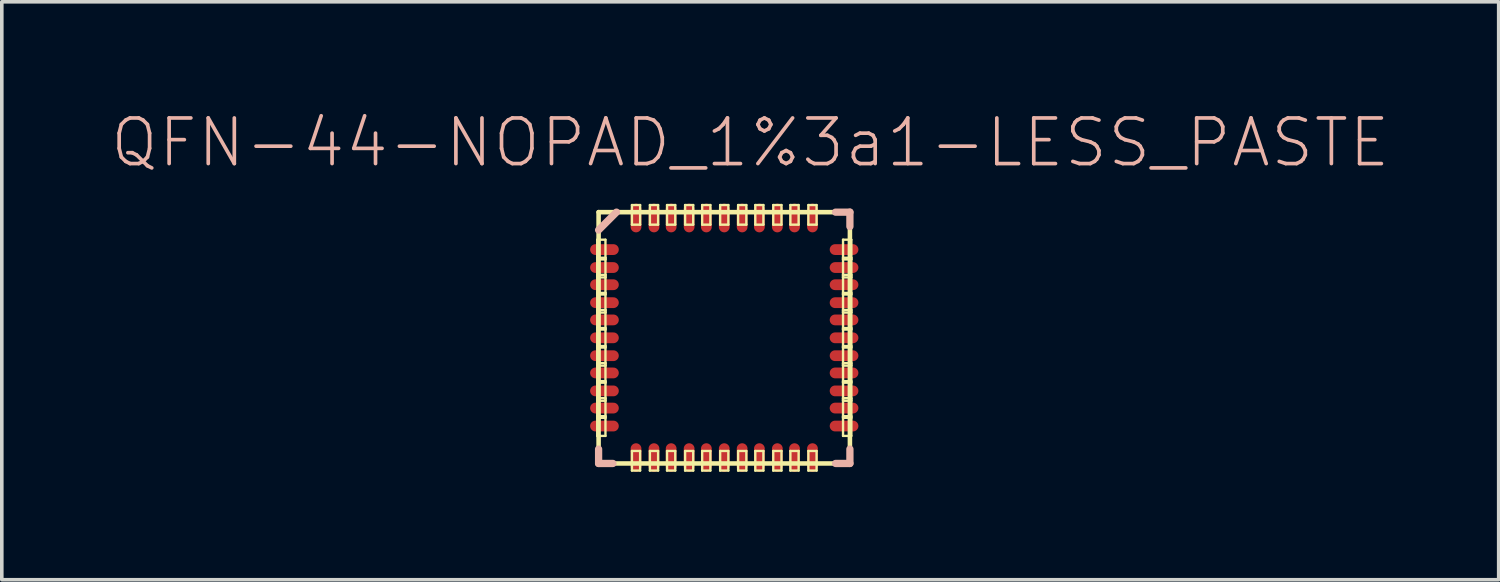
<source format=kicad_pcb>
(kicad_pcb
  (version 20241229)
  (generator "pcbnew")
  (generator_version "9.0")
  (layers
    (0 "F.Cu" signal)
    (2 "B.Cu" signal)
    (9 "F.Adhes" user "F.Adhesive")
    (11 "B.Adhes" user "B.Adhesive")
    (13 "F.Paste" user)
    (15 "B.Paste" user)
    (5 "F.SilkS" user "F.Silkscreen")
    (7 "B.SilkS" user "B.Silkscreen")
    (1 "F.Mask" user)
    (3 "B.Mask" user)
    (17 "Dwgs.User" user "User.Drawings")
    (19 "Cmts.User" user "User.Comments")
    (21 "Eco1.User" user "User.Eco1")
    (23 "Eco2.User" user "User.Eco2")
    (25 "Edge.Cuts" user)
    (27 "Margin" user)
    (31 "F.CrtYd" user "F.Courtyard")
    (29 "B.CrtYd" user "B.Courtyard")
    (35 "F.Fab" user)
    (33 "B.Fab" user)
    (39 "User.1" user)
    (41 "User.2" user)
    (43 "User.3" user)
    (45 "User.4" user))
  (footprint "QFN-44-NOPAD_1%3a1-LESS_PASTE"
    (layer "F.Cu")
    (at 17.112 6.354)
    (property "Reference" "QFN-44-NOPAD_1%3a1-LESS_PASTE" (at 0.724 -5.433 0) (layer "B.SilkS") (effects (font (size 1.27 1.27) (thickness 0.102))))
    (attr smd)
    (fp_line (start -3.536 -2.731) (end -3.307 -2.731) (stroke (width 0.066) (type solid)) (layer "F.SilkS"))
    (fp_line (start -3.536 -2.228) (end -3.307 -2.228) (stroke (width 0.066) (type solid)) (layer "F.SilkS"))
    (fp_line (start -3.536 -2.182) (end -3.536 -2.731) (stroke (width 0.066) (type solid)) (layer "F.SilkS"))
    (fp_line (start -3.536 -2.182) (end -3.307 -2.182) (stroke (width 0.066) (type solid)) (layer "F.SilkS"))
    (fp_line (start -3.536 -1.753) (end -3.307 -1.753) (stroke (width 0.066) (type solid)) (layer "F.SilkS"))
    (fp_line (start -3.536 -1.681) (end -3.536 -2.228) (stroke (width 0.066) (type solid)) (layer "F.SilkS"))
    (fp_line (start -3.536 -1.681) (end -3.307 -1.681) (stroke (width 0.066) (type solid)) (layer "F.SilkS"))
    (fp_line (start -3.536 -1.25) (end -3.307 -1.25) (stroke (width 0.066) (type solid)) (layer "F.SilkS"))
    (fp_line (start -3.536 -1.206) (end -3.536 -1.753) (stroke (width 0.066) (type solid)) (layer "F.SilkS"))
    (fp_line (start -3.536 -1.206) (end -3.307 -1.206) (stroke (width 0.066) (type solid)) (layer "F.SilkS"))
    (fp_line (start -3.536 -0.775) (end -3.307 -0.775) (stroke (width 0.066) (type solid)) (layer "F.SilkS"))
    (fp_line (start -3.536 -0.704) (end -3.536 -1.25) (stroke (width 0.066) (type solid)) (layer "F.SilkS"))
    (fp_line (start -3.536 -0.704) (end -3.307 -0.704) (stroke (width 0.066) (type solid)) (layer "F.SilkS"))
    (fp_line (start -3.536 -0.272) (end -3.307 -0.272) (stroke (width 0.066) (type solid)) (layer "F.SilkS"))
    (fp_line (start -3.536 -0.229) (end -3.536 -0.775) (stroke (width 0.066) (type solid)) (layer "F.SilkS"))
    (fp_line (start -3.536 -0.229) (end -3.307 -0.229) (stroke (width 0.066) (type solid)) (layer "F.SilkS"))
    (fp_line (start -3.536 0.229) (end -3.307 0.229) (stroke (width 0.066) (type solid)) (layer "F.SilkS"))
    (fp_line (start -3.536 0.272) (end -3.536 -0.272) (stroke (width 0.066) (type solid)) (layer "F.SilkS"))
    (fp_line (start -3.536 0.272) (end -3.307 0.272) (stroke (width 0.066) (type solid)) (layer "F.SilkS"))
    (fp_line (start -3.536 0.704) (end -3.307 0.704) (stroke (width 0.066) (type solid)) (layer "F.SilkS"))
    (fp_line (start -3.536 0.775) (end -3.536 0.229) (stroke (width 0.066) (type solid)) (layer "F.SilkS"))
    (fp_line (start -3.536 0.775) (end -3.307 0.775) (stroke (width 0.066) (type solid)) (layer "F.SilkS"))
    (fp_line (start -3.536 1.206) (end -3.307 1.206) (stroke (width 0.066) (type solid)) (layer "F.SilkS"))
    (fp_line (start -3.536 1.25) (end -3.536 0.704) (stroke (width 0.066) (type solid)) (layer "F.SilkS"))
    (fp_line (start -3.536 1.25) (end -3.307 1.25) (stroke (width 0.066) (type solid)) (layer "F.SilkS"))
    (fp_line (start -3.536 1.681) (end -3.307 1.681) (stroke (width 0.066) (type solid)) (layer "F.SilkS"))
    (fp_line (start -3.536 1.753) (end -3.536 1.206) (stroke (width 0.066) (type solid)) (layer "F.SilkS"))
    (fp_line (start -3.536 1.753) (end -3.307 1.753) (stroke (width 0.066) (type solid)) (layer "F.SilkS"))
    (fp_line (start -3.536 2.182) (end -3.307 2.182) (stroke (width 0.066) (type solid)) (layer "F.SilkS"))
    (fp_line (start -3.536 2.228) (end -3.536 1.681) (stroke (width 0.066) (type solid)) (layer "F.SilkS"))
    (fp_line (start -3.536 2.228) (end -3.307 2.228) (stroke (width 0.066) (type solid)) (layer "F.SilkS"))
    (fp_line (start -3.536 2.731) (end -3.536 2.182) (stroke (width 0.066) (type solid)) (layer "F.SilkS"))
    (fp_line (start -3.536 2.731) (end -3.307 2.731) (stroke (width 0.066) (type solid)) (layer "F.SilkS"))
    (fp_line (start -3.498 -3.498) (end -3.498 3.498) (stroke (width 0.127) (type solid)) (layer "F.SilkS"))
    (fp_line (start -3.399 3.498) (end 3.498 3.498) (stroke (width 0.127) (type solid)) (layer "F.SilkS"))
    (fp_line (start -3.307 -2.182) (end -3.307 -2.731) (stroke (width 0.066) (type solid)) (layer "F.SilkS"))
    (fp_line (start -3.307 -1.681) (end -3.307 -2.228) (stroke (width 0.066) (type solid)) (layer "F.SilkS"))
    (fp_line (start -3.307 -1.206) (end -3.307 -1.753) (stroke (width 0.066) (type solid)) (layer "F.SilkS"))
    (fp_line (start -3.307 -0.704) (end -3.307 -1.25) (stroke (width 0.066) (type solid)) (layer "F.SilkS"))
    (fp_line (start -3.307 -0.229) (end -3.307 -0.775) (stroke (width 0.066) (type solid)) (layer "F.SilkS"))
    (fp_line (start -3.307 0.272) (end -3.307 -0.272) (stroke (width 0.066) (type solid)) (layer "F.SilkS"))
    (fp_line (start -3.307 0.775) (end -3.307 0.229) (stroke (width 0.066) (type solid)) (layer "F.SilkS"))
    (fp_line (start -3.307 1.25) (end -3.307 0.704) (stroke (width 0.066) (type solid)) (layer "F.SilkS"))
    (fp_line (start -3.307 1.753) (end -3.307 1.206) (stroke (width 0.066) (type solid)) (layer "F.SilkS"))
    (fp_line (start -3.307 2.228) (end -3.307 1.681) (stroke (width 0.066) (type solid)) (layer "F.SilkS"))
    (fp_line (start -3.307 2.731) (end -3.307 2.182) (stroke (width 0.066) (type solid)) (layer "F.SilkS"))
    (fp_line (start -2.57 -3.696) (end -2.342 -3.696) (stroke (width 0.066) (type solid)) (layer "F.SilkS"))
    (fp_line (start -2.57 -3.15) (end -2.57 -3.696) (stroke (width 0.066) (type solid)) (layer "F.SilkS"))
    (fp_line (start -2.57 -3.15) (end -2.342 -3.15) (stroke (width 0.066) (type solid)) (layer "F.SilkS"))
    (fp_line (start -2.57 3.15) (end -2.342 3.15) (stroke (width 0.066) (type solid)) (layer "F.SilkS"))
    (fp_line (start -2.57 3.696) (end -2.57 3.15) (stroke (width 0.066) (type solid)) (layer "F.SilkS"))
    (fp_line (start -2.57 3.696) (end -2.342 3.696) (stroke (width 0.066) (type solid)) (layer "F.SilkS"))
    (fp_line (start -2.342 -3.15) (end -2.342 -3.696) (stroke (width 0.066) (type solid)) (layer "F.SilkS"))
    (fp_line (start -2.342 3.696) (end -2.342 3.15) (stroke (width 0.066) (type solid)) (layer "F.SilkS"))
    (fp_line (start -2.07 -3.696) (end -1.841 -3.696) (stroke (width 0.066) (type solid)) (layer "F.SilkS"))
    (fp_line (start -2.07 -3.15) (end -2.07 -3.696) (stroke (width 0.066) (type solid)) (layer "F.SilkS"))
    (fp_line (start -2.07 -3.15) (end -1.841 -3.15) (stroke (width 0.066) (type solid)) (layer "F.SilkS"))
    (fp_line (start -2.07 3.15) (end -1.841 3.15) (stroke (width 0.066) (type solid)) (layer "F.SilkS"))
    (fp_line (start -2.07 3.696) (end -2.07 3.15) (stroke (width 0.066) (type solid)) (layer "F.SilkS"))
    (fp_line (start -2.07 3.696) (end -1.841 3.696) (stroke (width 0.066) (type solid)) (layer "F.SilkS"))
    (fp_line (start -1.841 -3.15) (end -1.841 -3.696) (stroke (width 0.066) (type solid)) (layer "F.SilkS"))
    (fp_line (start -1.841 3.696) (end -1.841 3.15) (stroke (width 0.066) (type solid)) (layer "F.SilkS"))
    (fp_line (start -1.593 -3.696) (end -1.364 -3.696) (stroke (width 0.066) (type solid)) (layer "F.SilkS"))
    (fp_line (start -1.593 -3.15) (end -1.593 -3.696) (stroke (width 0.066) (type solid)) (layer "F.SilkS"))
    (fp_line (start -1.593 -3.15) (end -1.364 -3.15) (stroke (width 0.066) (type solid)) (layer "F.SilkS"))
    (fp_line (start -1.593 3.15) (end -1.364 3.15) (stroke (width 0.066) (type solid)) (layer "F.SilkS"))
    (fp_line (start -1.593 3.696) (end -1.593 3.15) (stroke (width 0.066) (type solid)) (layer "F.SilkS"))
    (fp_line (start -1.593 3.696) (end -1.364 3.696) (stroke (width 0.066) (type solid)) (layer "F.SilkS"))
    (fp_line (start -1.364 -3.15) (end -1.364 -3.696) (stroke (width 0.066) (type solid)) (layer "F.SilkS"))
    (fp_line (start -1.364 3.696) (end -1.364 3.15) (stroke (width 0.066) (type solid)) (layer "F.SilkS"))
    (fp_line (start -1.09 -3.696) (end -0.864 -3.696) (stroke (width 0.066) (type solid)) (layer "F.SilkS"))
    (fp_line (start -1.09 -3.15) (end -1.09 -3.696) (stroke (width 0.066) (type solid)) (layer "F.SilkS"))
    (fp_line (start -1.09 -3.15) (end -0.864 -3.15) (stroke (width 0.066) (type solid)) (layer "F.SilkS"))
    (fp_line (start -1.09 3.15) (end -0.864 3.15) (stroke (width 0.066) (type solid)) (layer "F.SilkS"))
    (fp_line (start -1.09 3.696) (end -1.09 3.15) (stroke (width 0.066) (type solid)) (layer "F.SilkS"))
    (fp_line (start -1.09 3.696) (end -0.864 3.696) (stroke (width 0.066) (type solid)) (layer "F.SilkS"))
    (fp_line (start -0.864 -3.15) (end -0.864 -3.696) (stroke (width 0.066) (type solid)) (layer "F.SilkS"))
    (fp_line (start -0.864 3.696) (end -0.864 3.15) (stroke (width 0.066) (type solid)) (layer "F.SilkS"))
    (fp_line (start -0.615 -3.696) (end -0.386 -3.696) (stroke (width 0.066) (type solid)) (layer "F.SilkS"))
    (fp_line (start -0.615 -3.15) (end -0.615 -3.696) (stroke (width 0.066) (type solid)) (layer "F.SilkS"))
    (fp_line (start -0.615 -3.15) (end -0.386 -3.15) (stroke (width 0.066) (type solid)) (layer "F.SilkS"))
    (fp_line (start -0.615 3.15) (end -0.386 3.15) (stroke (width 0.066) (type solid)) (layer "F.SilkS"))
    (fp_line (start -0.615 3.696) (end -0.615 3.15) (stroke (width 0.066) (type solid)) (layer "F.SilkS"))
    (fp_line (start -0.615 3.696) (end -0.386 3.696) (stroke (width 0.066) (type solid)) (layer "F.SilkS"))
    (fp_line (start -0.386 -3.15) (end -0.386 -3.696) (stroke (width 0.066) (type solid)) (layer "F.SilkS"))
    (fp_line (start -0.386 3.696) (end -0.386 3.15) (stroke (width 0.066) (type solid)) (layer "F.SilkS"))
    (fp_line (start -0.114 -3.696) (end 0.114 -3.696) (stroke (width 0.066) (type solid)) (layer "F.SilkS"))
    (fp_line (start -0.114 -3.15) (end -0.114 -3.696) (stroke (width 0.066) (type solid)) (layer "F.SilkS"))
    (fp_line (start -0.114 -3.15) (end 0.114 -3.15) (stroke (width 0.066) (type solid)) (layer "F.SilkS"))
    (fp_line (start -0.114 3.15) (end 0.114 3.15) (stroke (width 0.066) (type solid)) (layer "F.SilkS"))
    (fp_line (start -0.114 3.696) (end -0.114 3.15) (stroke (width 0.066) (type solid)) (layer "F.SilkS"))
    (fp_line (start -0.114 3.696) (end 0.114 3.696) (stroke (width 0.066) (type solid)) (layer "F.SilkS"))
    (fp_line (start 0.114 -3.15) (end 0.114 -3.696) (stroke (width 0.066) (type solid)) (layer "F.SilkS"))
    (fp_line (start 0.114 3.696) (end 0.114 3.15) (stroke (width 0.066) (type solid)) (layer "F.SilkS"))
    (fp_line (start 0.386 -3.696) (end 0.615 -3.696) (stroke (width 0.066) (type solid)) (layer "F.SilkS"))
    (fp_line (start 0.386 -3.15) (end 0.386 -3.696) (stroke (width 0.066) (type solid)) (layer "F.SilkS"))
    (fp_line (start 0.386 -3.15) (end 0.615 -3.15) (stroke (width 0.066) (type solid)) (layer "F.SilkS"))
    (fp_line (start 0.386 3.15) (end 0.615 3.15) (stroke (width 0.066) (type solid)) (layer "F.SilkS"))
    (fp_line (start 0.386 3.696) (end 0.386 3.15) (stroke (width 0.066) (type solid)) (layer "F.SilkS"))
    (fp_line (start 0.386 3.696) (end 0.615 3.696) (stroke (width 0.066) (type solid)) (layer "F.SilkS"))
    (fp_line (start 0.615 -3.15) (end 0.615 -3.696) (stroke (width 0.066) (type solid)) (layer "F.SilkS"))
    (fp_line (start 0.615 3.696) (end 0.615 3.15) (stroke (width 0.066) (type solid)) (layer "F.SilkS"))
    (fp_line (start 0.864 -3.696) (end 1.09 -3.696) (stroke (width 0.066) (type solid)) (layer "F.SilkS"))
    (fp_line (start 0.864 -3.15) (end 0.864 -3.696) (stroke (width 0.066) (type solid)) (layer "F.SilkS"))
    (fp_line (start 0.864 -3.15) (end 1.09 -3.15) (stroke (width 0.066) (type solid)) (layer "F.SilkS"))
    (fp_line (start 0.864 3.15) (end 1.09 3.15) (stroke (width 0.066) (type solid)) (layer "F.SilkS"))
    (fp_line (start 0.864 3.696) (end 0.864 3.15) (stroke (width 0.066) (type solid)) (layer "F.SilkS"))
    (fp_line (start 0.864 3.696) (end 1.09 3.696) (stroke (width 0.066) (type solid)) (layer "F.SilkS"))
    (fp_line (start 1.09 -3.15) (end 1.09 -3.696) (stroke (width 0.066) (type solid)) (layer "F.SilkS"))
    (fp_line (start 1.09 3.696) (end 1.09 3.15) (stroke (width 0.066) (type solid)) (layer "F.SilkS"))
    (fp_line (start 1.364 -3.696) (end 1.593 -3.696) (stroke (width 0.066) (type solid)) (layer "F.SilkS"))
    (fp_line (start 1.364 -3.15) (end 1.364 -3.696) (stroke (width 0.066) (type solid)) (layer "F.SilkS"))
    (fp_line (start 1.364 -3.15) (end 1.593 -3.15) (stroke (width 0.066) (type solid)) (layer "F.SilkS"))
    (fp_line (start 1.364 3.15) (end 1.593 3.15) (stroke (width 0.066) (type solid)) (layer "F.SilkS"))
    (fp_line (start 1.364 3.696) (end 1.364 3.15) (stroke (width 0.066) (type solid)) (layer "F.SilkS"))
    (fp_line (start 1.364 3.696) (end 1.593 3.696) (stroke (width 0.066) (type solid)) (layer "F.SilkS"))
    (fp_line (start 1.593 -3.15) (end 1.593 -3.696) (stroke (width 0.066) (type solid)) (layer "F.SilkS"))
    (fp_line (start 1.593 3.696) (end 1.593 3.15) (stroke (width 0.066) (type solid)) (layer "F.SilkS"))
    (fp_line (start 1.841 -3.696) (end 2.07 -3.696) (stroke (width 0.066) (type solid)) (layer "F.SilkS"))
    (fp_line (start 1.841 -3.15) (end 1.841 -3.696) (stroke (width 0.066) (type solid)) (layer "F.SilkS"))
    (fp_line (start 1.841 -3.15) (end 2.07 -3.15) (stroke (width 0.066) (type solid)) (layer "F.SilkS"))
    (fp_line (start 1.841 3.15) (end 2.07 3.15) (stroke (width 0.066) (type solid)) (layer "F.SilkS"))
    (fp_line (start 1.841 3.696) (end 1.841 3.15) (stroke (width 0.066) (type solid)) (layer "F.SilkS"))
    (fp_line (start 1.841 3.696) (end 2.07 3.696) (stroke (width 0.066) (type solid)) (layer "F.SilkS"))
    (fp_line (start 2.07 -3.15) (end 2.07 -3.696) (stroke (width 0.066) (type solid)) (layer "F.SilkS"))
    (fp_line (start 2.07 3.696) (end 2.07 3.15) (stroke (width 0.066) (type solid)) (layer "F.SilkS"))
    (fp_line (start 2.342 -3.696) (end 2.57 -3.696) (stroke (width 0.066) (type solid)) (layer "F.SilkS"))
    (fp_line (start 2.342 -3.15) (end 2.342 -3.696) (stroke (width 0.066) (type solid)) (layer "F.SilkS"))
    (fp_line (start 2.342 -3.15) (end 2.57 -3.15) (stroke (width 0.066) (type solid)) (layer "F.SilkS"))
    (fp_line (start 2.342 3.15) (end 2.57 3.15) (stroke (width 0.066) (type solid)) (layer "F.SilkS"))
    (fp_line (start 2.342 3.696) (end 2.342 3.15) (stroke (width 0.066) (type solid)) (layer "F.SilkS"))
    (fp_line (start 2.342 3.696) (end 2.57 3.696) (stroke (width 0.066) (type solid)) (layer "F.SilkS"))
    (fp_line (start 2.57 -3.15) (end 2.57 -3.696) (stroke (width 0.066) (type solid)) (layer "F.SilkS"))
    (fp_line (start 2.57 3.696) (end 2.57 3.15) (stroke (width 0.066) (type solid)) (layer "F.SilkS"))
    (fp_line (start 3.307 -2.731) (end 3.536 -2.731) (stroke (width 0.066) (type solid)) (layer "F.SilkS"))
    (fp_line (start 3.307 -2.228) (end 3.536 -2.228) (stroke (width 0.066) (type solid)) (layer "F.SilkS"))
    (fp_line (start 3.307 -2.182) (end 3.307 -2.731) (stroke (width 0.066) (type solid)) (layer "F.SilkS"))
    (fp_line (start 3.307 -2.182) (end 3.536 -2.182) (stroke (width 0.066) (type solid)) (layer "F.SilkS"))
    (fp_line (start 3.307 -1.753) (end 3.536 -1.753) (stroke (width 0.066) (type solid)) (layer "F.SilkS"))
    (fp_line (start 3.307 -1.681) (end 3.307 -2.228) (stroke (width 0.066) (type solid)) (layer "F.SilkS"))
    (fp_line (start 3.307 -1.681) (end 3.536 -1.681) (stroke (width 0.066) (type solid)) (layer "F.SilkS"))
    (fp_line (start 3.307 -1.25) (end 3.536 -1.25) (stroke (width 0.066) (type solid)) (layer "F.SilkS"))
    (fp_line (start 3.307 -1.206) (end 3.307 -1.753) (stroke (width 0.066) (type solid)) (layer "F.SilkS"))
    (fp_line (start 3.307 -1.206) (end 3.536 -1.206) (stroke (width 0.066) (type solid)) (layer "F.SilkS"))
    (fp_line (start 3.307 -0.775) (end 3.536 -0.775) (stroke (width 0.066) (type solid)) (layer "F.SilkS"))
    (fp_line (start 3.307 -0.704) (end 3.307 -1.25) (stroke (width 0.066) (type solid)) (layer "F.SilkS"))
    (fp_line (start 3.307 -0.704) (end 3.536 -0.704) (stroke (width 0.066) (type solid)) (layer "F.SilkS"))
    (fp_line (start 3.307 -0.272) (end 3.536 -0.272) (stroke (width 0.066) (type solid)) (layer "F.SilkS"))
    (fp_line (start 3.307 -0.229) (end 3.307 -0.775) (stroke (width 0.066) (type solid)) (layer "F.SilkS"))
    (fp_line (start 3.307 -0.229) (end 3.536 -0.229) (stroke (width 0.066) (type solid)) (layer "F.SilkS"))
    (fp_line (start 3.307 0.229) (end 3.536 0.229) (stroke (width 0.066) (type solid)) (layer "F.SilkS"))
    (fp_line (start 3.307 0.272) (end 3.307 -0.272) (stroke (width 0.066) (type solid)) (layer "F.SilkS"))
    (fp_line (start 3.307 0.272) (end 3.536 0.272) (stroke (width 0.066) (type solid)) (layer "F.SilkS"))
    (fp_line (start 3.307 0.704) (end 3.536 0.704) (stroke (width 0.066) (type solid)) (layer "F.SilkS"))
    (fp_line (start 3.307 0.775) (end 3.307 0.229) (stroke (width 0.066) (type solid)) (layer "F.SilkS"))
    (fp_line (start 3.307 0.775) (end 3.536 0.775) (stroke (width 0.066) (type solid)) (layer "F.SilkS"))
    (fp_line (start 3.307 1.206) (end 3.536 1.206) (stroke (width 0.066) (type solid)) (layer "F.SilkS"))
    (fp_line (start 3.307 1.25) (end 3.307 0.704) (stroke (width 0.066) (type solid)) (layer "F.SilkS"))
    (fp_line (start 3.307 1.25) (end 3.536 1.25) (stroke (width 0.066) (type solid)) (layer "F.SilkS"))
    (fp_line (start 3.307 1.681) (end 3.536 1.681) (stroke (width 0.066) (type solid)) (layer "F.SilkS"))
    (fp_line (start 3.307 1.753) (end 3.307 1.206) (stroke (width 0.066) (type solid)) (layer "F.SilkS"))
    (fp_line (start 3.307 1.753) (end 3.536 1.753) (stroke (width 0.066) (type solid)) (layer "F.SilkS"))
    (fp_line (start 3.307 2.182) (end 3.536 2.182) (stroke (width 0.066) (type solid)) (layer "F.SilkS"))
    (fp_line (start 3.307 2.228) (end 3.307 1.681) (stroke (width 0.066) (type solid)) (layer "F.SilkS"))
    (fp_line (start 3.307 2.228) (end 3.536 2.228) (stroke (width 0.066) (type solid)) (layer "F.SilkS"))
    (fp_line (start 3.307 2.731) (end 3.307 2.182) (stroke (width 0.066) (type solid)) (layer "F.SilkS"))
    (fp_line (start 3.307 2.731) (end 3.536 2.731) (stroke (width 0.066) (type solid)) (layer "F.SilkS"))
    (fp_line (start 3.498 -3.498) (end -3.498 -3.498) (stroke (width 0.127) (type solid)) (layer "F.SilkS"))
    (fp_line (start 3.498 3.498) (end 3.498 -3.498) (stroke (width 0.127) (type solid)) (layer "F.SilkS"))
    (fp_line (start 3.536 -2.182) (end 3.536 -2.731) (stroke (width 0.066) (type solid)) (layer "F.SilkS"))
    (fp_line (start 3.536 -1.681) (end 3.536 -2.228) (stroke (width 0.066) (type solid)) (layer "F.SilkS"))
    (fp_line (start 3.536 -1.206) (end 3.536 -1.753) (stroke (width 0.066) (type solid)) (layer "F.SilkS"))
    (fp_line (start 3.536 -0.704) (end 3.536 -1.25) (stroke (width 0.066) (type solid)) (layer "F.SilkS"))
    (fp_line (start 3.536 -0.229) (end 3.536 -0.775) (stroke (width 0.066) (type solid)) (layer "F.SilkS"))
    (fp_line (start 3.536 0.272) (end 3.536 -0.272) (stroke (width 0.066) (type solid)) (layer "F.SilkS"))
    (fp_line (start 3.536 0.775) (end 3.536 0.229) (stroke (width 0.066) (type solid)) (layer "F.SilkS"))
    (fp_line (start 3.536 1.25) (end 3.536 0.704) (stroke (width 0.066) (type solid)) (layer "F.SilkS"))
    (fp_line (start 3.536 1.753) (end 3.536 1.206) (stroke (width 0.066) (type solid)) (layer "F.SilkS"))
    (fp_line (start 3.536 2.228) (end 3.536 1.681) (stroke (width 0.066) (type solid)) (layer "F.SilkS"))
    (fp_line (start 3.536 2.731) (end 3.536 2.182) (stroke (width 0.066) (type solid)) (layer "F.SilkS"))
    (fp_line (start -3.498 3.498) (end -3.498 3.099) (stroke (width 0.203) (type solid)) (layer "B.SilkS"))
    (fp_line (start -3.099 3.498) (end -3.498 3.498) (stroke (width 0.203) (type solid)) (layer "B.SilkS"))
    (fp_line (start -3 -3.498) (end -3.498 -3) (stroke (width 0.203) (type solid)) (layer "B.SilkS"))
    (fp_line (start 3.099 3.498) (end 3.498 3.498) (stroke (width 0.203) (type solid)) (layer "B.SilkS"))
    (fp_line (start 3.498 -3.498) (end 3.099 -3.498) (stroke (width 0.203) (type solid)) (layer "B.SilkS"))
    (fp_line (start 3.498 -3.099) (end 3.498 -3.498) (stroke (width 0.203) (type solid)) (layer "B.SilkS"))
    (fp_line (start 3.498 3.099) (end 3.498 3.498) (stroke (width 0.203) (type solid)) (layer "B.SilkS"))
    (pad "1" smd oval (at -3.335 -2.456 180) (size 0.798 0.3) (layers "F.Cu" "F.Mask" "F.Paste"))
    (pad "2" smd oval (at -3.335 -1.956 180) (size 0.798 0.3) (layers "F.Cu" "F.Mask" "F.Paste"))
    (pad "3" smd oval (at -3.335 -1.478 180) (size 0.798 0.3) (layers "F.Cu" "F.Mask" "F.Paste"))
    (pad "4" smd oval (at -3.335 -0.978 180) (size 0.798 0.3) (layers "F.Cu" "F.Mask" "F.Paste"))
    (pad "5" smd oval (at -3.335 -0.498 180) (size 0.798 0.3) (layers "F.Cu" "F.Mask" "F.Paste"))
    (pad "6" smd oval (at -3.335 0 180) (size 0.798 0.3) (layers "F.Cu" "F.Mask" "F.Paste"))
    (pad "7" smd oval (at -3.335 0.498) (size 0.798 0.3) (layers "F.Cu" "F.Mask" "F.Paste"))
    (pad "8" smd oval (at -3.335 0.978) (size 0.798 0.3) (layers "F.Cu" "F.Mask" "F.Paste"))
    (pad "9" smd oval (at -3.335 1.478) (size 0.798 0.3) (layers "F.Cu" "F.Mask" "F.Paste"))
    (pad "10" smd oval (at -3.335 1.956) (size 0.798 0.3) (layers "F.Cu" "F.Mask" "F.Paste"))
    (pad "11" smd oval (at -3.335 2.456) (size 0.798 0.3) (layers "F.Cu" "F.Mask" "F.Paste"))
    (pad "12" smd oval (at -2.456 3.335 270) (size 0.798 0.3) (layers "F.Cu" "F.Mask" "F.Paste"))
    (pad "13" smd oval (at -1.956 3.335 270) (size 0.798 0.3) (layers "F.Cu" "F.Mask" "F.Paste"))
    (pad "14" smd oval (at -1.478 3.335 270) (size 0.798 0.3) (layers "F.Cu" "F.Mask" "F.Paste"))
    (pad "15" smd oval (at -0.978 3.335 270) (size 0.798 0.3) (layers "F.Cu" "F.Mask" "F.Paste"))
    (pad "16" smd oval (at -0.498 3.335 270) (size 0.798 0.3) (layers "F.Cu" "F.Mask" "F.Paste"))
    (pad "17" smd oval (at 0 3.335 270) (size 0.798 0.3) (layers "F.Cu" "F.Mask" "F.Paste"))
    (pad "18" smd oval (at 0.498 3.335 90) (size 0.798 0.3) (layers "F.Cu" "F.Mask" "F.Paste"))
    (pad "19" smd oval (at 0.978 3.335 90) (size 0.798 0.3) (layers "F.Cu" "F.Mask" "F.Paste"))
    (pad "20" smd oval (at 1.478 3.335 90) (size 0.798 0.3) (layers "F.Cu" "F.Mask" "F.Paste"))
    (pad "21" smd oval (at 1.956 3.335 90) (size 0.798 0.3) (layers "F.Cu" "F.Mask" "F.Paste"))
    (pad "22" smd oval (at 2.456 3.335 90) (size 0.798 0.3) (layers "F.Cu" "F.Mask" "F.Paste"))
    (pad "23" smd oval (at 3.335 2.456) (size 0.798 0.3) (layers "F.Cu" "F.Mask" "F.Paste"))
    (pad "24" smd oval (at 3.335 1.956) (size 0.798 0.3) (layers "F.Cu" "F.Mask" "F.Paste"))
    (pad "25" smd oval (at 3.335 1.478) (size 0.798 0.3) (layers "F.Cu" "F.Mask" "F.Paste"))
    (pad "26" smd oval (at 3.335 0.978) (size 0.798 0.3) (layers "F.Cu" "F.Mask" "F.Paste"))
    (pad "27" smd oval (at 3.335 0.498) (size 0.798 0.3) (layers "F.Cu" "F.Mask" "F.Paste"))
    (pad "28" smd oval (at 3.335 0) (size 0.798 0.3) (layers "F.Cu" "F.Mask" "F.Paste"))
    (pad "29" smd oval (at 3.335 -0.498 180) (size 0.798 0.3) (layers "F.Cu" "F.Mask" "F.Paste"))
    (pad "30" smd oval (at 3.335 -0.978 180) (size 0.798 0.3) (layers "F.Cu" "F.Mask" "F.Paste"))
    (pad "31" smd oval (at 3.335 -1.478 180) (size 0.798 0.3) (layers "F.Cu" "F.Mask" "F.Paste"))
    (pad "32" smd oval (at 3.335 -1.956 180) (size 0.798 0.3) (layers "F.Cu" "F.Mask" "F.Paste"))
    (pad "33" smd oval (at 3.335 -2.456 180) (size 0.798 0.3) (layers "F.Cu" "F.Mask" "F.Paste"))
    (pad "34" smd oval (at 2.456 -3.335 90) (size 0.798 0.3) (layers "F.Cu" "F.Mask" "F.Paste"))
    (pad "35" smd oval (at 1.956 -3.335 90) (size 0.798 0.3) (layers "F.Cu" "F.Mask" "F.Paste"))
    (pad "36" smd oval (at 1.478 -3.335 90) (size 0.798 0.3) (layers "F.Cu" "F.Mask" "F.Paste"))
    (pad "37" smd oval (at 0.978 -3.335 90) (size 0.798 0.3) (layers "F.Cu" "F.Mask" "F.Paste"))
    (pad "38" smd oval (at 0.498 -3.335 90) (size 0.798 0.3) (layers "F.Cu" "F.Mask" "F.Paste"))
    (pad "39" smd oval (at 0 -3.335 90) (size 0.798 0.3) (layers "F.Cu" "F.Mask" "F.Paste"))
    (pad "40" smd oval (at -0.498 -3.335 270) (size 0.798 0.3) (layers "F.Cu" "F.Mask" "F.Paste"))
    (pad "41" smd oval (at -0.978 -3.335 270) (size 0.798 0.3) (layers "F.Cu" "F.Mask" "F.Paste"))
    (pad "42" smd oval (at -1.478 -3.335 270) (size 0.798 0.3) (layers "F.Cu" "F.Mask" "F.Paste"))
    (pad "43" smd oval (at -1.956 -3.335 270) (size 0.798 0.3) (layers "F.Cu" "F.Mask" "F.Paste"))
    (pad "44" smd oval (at -2.456 -3.335 270) (size 0.798 0.3) (layers "F.Cu" "F.Mask" "F.Paste")))
  (gr_rect
    (start -3 -3)
    (end 38.671 13.088)
    (stroke (width 0.1) (type default))
    (fill no)
    (layer "Edge.Cuts")))
</source>
